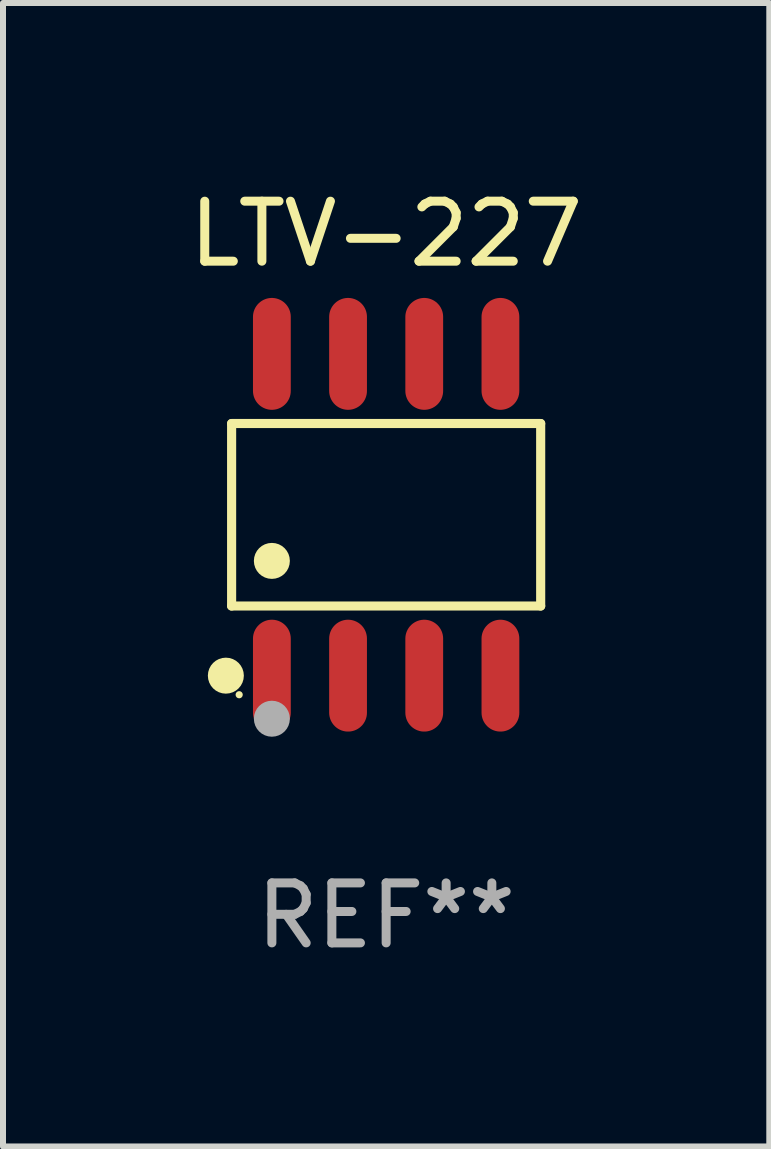
<source format=kicad_pcb>
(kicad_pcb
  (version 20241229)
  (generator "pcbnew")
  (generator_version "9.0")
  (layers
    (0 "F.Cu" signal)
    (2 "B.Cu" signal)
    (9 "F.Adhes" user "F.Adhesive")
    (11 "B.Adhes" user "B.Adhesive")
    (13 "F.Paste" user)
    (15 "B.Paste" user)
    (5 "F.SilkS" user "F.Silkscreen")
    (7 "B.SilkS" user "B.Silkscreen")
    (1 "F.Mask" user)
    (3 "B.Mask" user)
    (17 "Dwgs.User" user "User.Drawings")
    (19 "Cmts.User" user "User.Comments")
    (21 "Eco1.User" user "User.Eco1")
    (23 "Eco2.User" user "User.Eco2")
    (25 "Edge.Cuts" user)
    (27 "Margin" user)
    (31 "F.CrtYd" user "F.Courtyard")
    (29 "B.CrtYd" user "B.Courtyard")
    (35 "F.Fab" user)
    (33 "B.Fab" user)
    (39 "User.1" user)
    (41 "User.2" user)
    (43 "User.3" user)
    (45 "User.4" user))
  (footprint "LTV-227"
    (layer "F.Cu")
    (at 3.387 5.531)
    (property "Reference" "LTV-227" (at 0 -4.682 0) (layer "F.SilkS") (effects (font (size 1 1) (thickness 0.15))))
    (attr through_hole)
    (fp_line (start -2.576 -1.521) (end 2.576 -1.521) (stroke (width 0.152) (type solid)) (layer "F.SilkS"))
    (fp_line (start -2.576 1.521) (end -2.576 -1.521) (stroke (width 0.152) (type solid)) (layer "F.SilkS"))
    (fp_line (start 2.576 -1.521) (end 2.576 1.521) (stroke (width 0.152) (type solid)) (layer "F.SilkS"))
    (fp_line (start 2.576 1.521) (end -2.576 1.521) (stroke (width 0.152) (type solid)) (layer "F.SilkS"))
    (fp_circle (center -2.672 2.682) (end -2.522 2.682) (stroke (width 0.3) (type solid)) (fill no) (layer "F.SilkS"))
    (fp_circle (center -2.45 3) (end -2.42 3) (stroke (width 0.06) (type solid)) (fill no) (layer "F.SilkS"))
    (fp_circle (center -1.905 0.769) (end -1.755 0.769) (stroke (width 0.3) (type solid)) (fill no) (layer "F.SilkS"))
    (fp_circle (center -1.905 3.4) (end -1.755 3.4) (stroke (width 0.3) (type solid)) (fill no) (layer "F.Fab"))
    (fp_text user "REF**" (at 0 6.682 0) (layer "F.Fab") (effects (font (size 1 1) (thickness 0.15))))
    (pad "1" smd oval (at -1.905 2.682) (size 0.63 1.865) (layers "F.Cu" "F.Mask" "F.Paste"))
    (pad "2" smd oval (at -0.635 2.682) (size 0.63 1.865) (layers "F.Cu" "F.Mask" "F.Paste"))
    (pad "3" smd oval (at 0.635 2.682) (size 0.63 1.865) (layers "F.Cu" "F.Mask" "F.Paste"))
    (pad "4" smd oval (at 1.905 2.682) (size 0.63 1.865) (layers "F.Cu" "F.Mask" "F.Paste"))
    (pad "5" smd oval (at 1.905 -2.682) (size 0.63 1.865) (layers "F.Cu" "F.Mask" "F.Paste"))
    (pad "6" smd oval (at 0.635 -2.682) (size 0.63 1.865) (layers "F.Cu" "F.Mask" "F.Paste"))
    (pad "7" smd oval (at -0.635 -2.682) (size 0.63 1.865) (layers "F.Cu" "F.Mask" "F.Paste"))
    (pad "8" smd oval (at -1.905 -2.682) (size 0.63 1.865) (layers "F.Cu" "F.Mask" "F.Paste")))
  (gr_rect
    (start -3 -3)
    (end 9.774 16.061)
    (stroke (width 0.1) (type default))
    (fill no)
    (layer "Edge.Cuts")))
</source>
